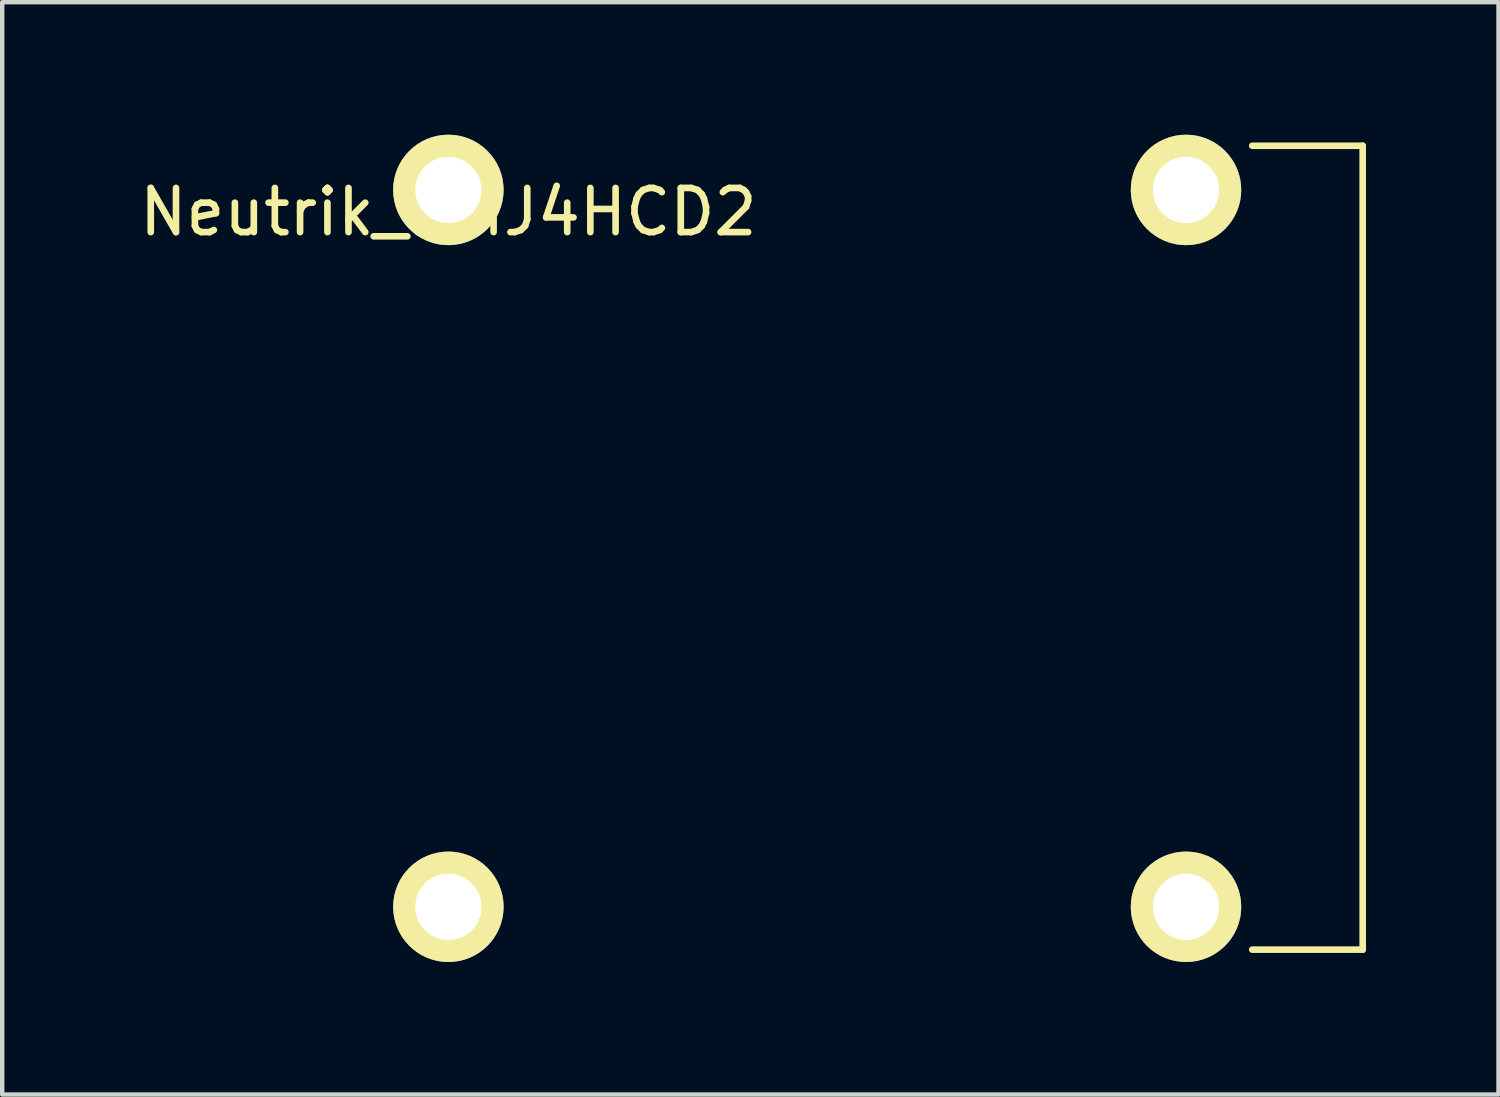
<source format=kicad_pcb>
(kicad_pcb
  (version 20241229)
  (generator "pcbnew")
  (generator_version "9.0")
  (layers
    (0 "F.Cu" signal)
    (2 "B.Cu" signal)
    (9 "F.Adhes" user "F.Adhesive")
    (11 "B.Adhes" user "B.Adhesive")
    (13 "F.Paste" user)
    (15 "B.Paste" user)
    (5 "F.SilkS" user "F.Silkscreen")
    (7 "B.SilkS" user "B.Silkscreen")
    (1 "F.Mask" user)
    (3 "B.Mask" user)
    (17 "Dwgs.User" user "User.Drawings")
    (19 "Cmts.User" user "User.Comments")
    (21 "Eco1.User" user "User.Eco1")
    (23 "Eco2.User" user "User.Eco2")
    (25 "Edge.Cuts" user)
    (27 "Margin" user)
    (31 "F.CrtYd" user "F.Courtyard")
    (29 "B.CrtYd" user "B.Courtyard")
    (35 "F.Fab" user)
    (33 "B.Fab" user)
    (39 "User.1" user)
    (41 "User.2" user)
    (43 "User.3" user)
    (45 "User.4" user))
  (footprint "Neutrik_NMJ4HCD2"
    (layer "F.Cu")
    (at 7.101 1.25)
    (property "Reference" "Neutrik_NMJ4HCD2" (at 0 0.5 0) (layer "F.SilkS") (effects (font (size 1 1) (thickness 0.15))))
    (attr through_hole)
    (fp_line (start 20.7 -1) (end 18.2 -1) (stroke (width 0.15) (type solid)) (layer "F.SilkS"))
    (fp_line (start 20.7 -1) (end 20.7 17.2) (stroke (width 0.15) (type solid)) (layer "F.SilkS"))
    (fp_line (start 20.7 17.2) (end 18.2 17.2) (stroke (width 0.15) (type solid)) (layer "F.SilkS"))
    (pad "1" thru_hole circle (at 0 0) (size 2.5 2.5) (drill 1.5) (layers "*.Cu" "*.Mask" "F.SilkS"))
    (pad "2" thru_hole circle (at 16.7 0) (size 2.5 2.5) (drill 1.5) (layers "*.Cu" "*.Mask" "F.SilkS"))
    (pad "3" thru_hole circle (at 0 16.23) (size 2.5 2.5) (drill 1.5) (layers "*.Cu" "*.Mask" "F.SilkS"))
    (pad "4" thru_hole circle (at 16.7 16.23) (size 2.5 2.5) (drill 1.5) (layers "*.Cu" "*.Mask" "F.SilkS")))
  (gr_rect
    (start -3 -3)
    (end 30.876 21.73)
    (stroke (width 0.1) (type default))
    (fill no)
    (layer "Edge.Cuts")))
</source>
